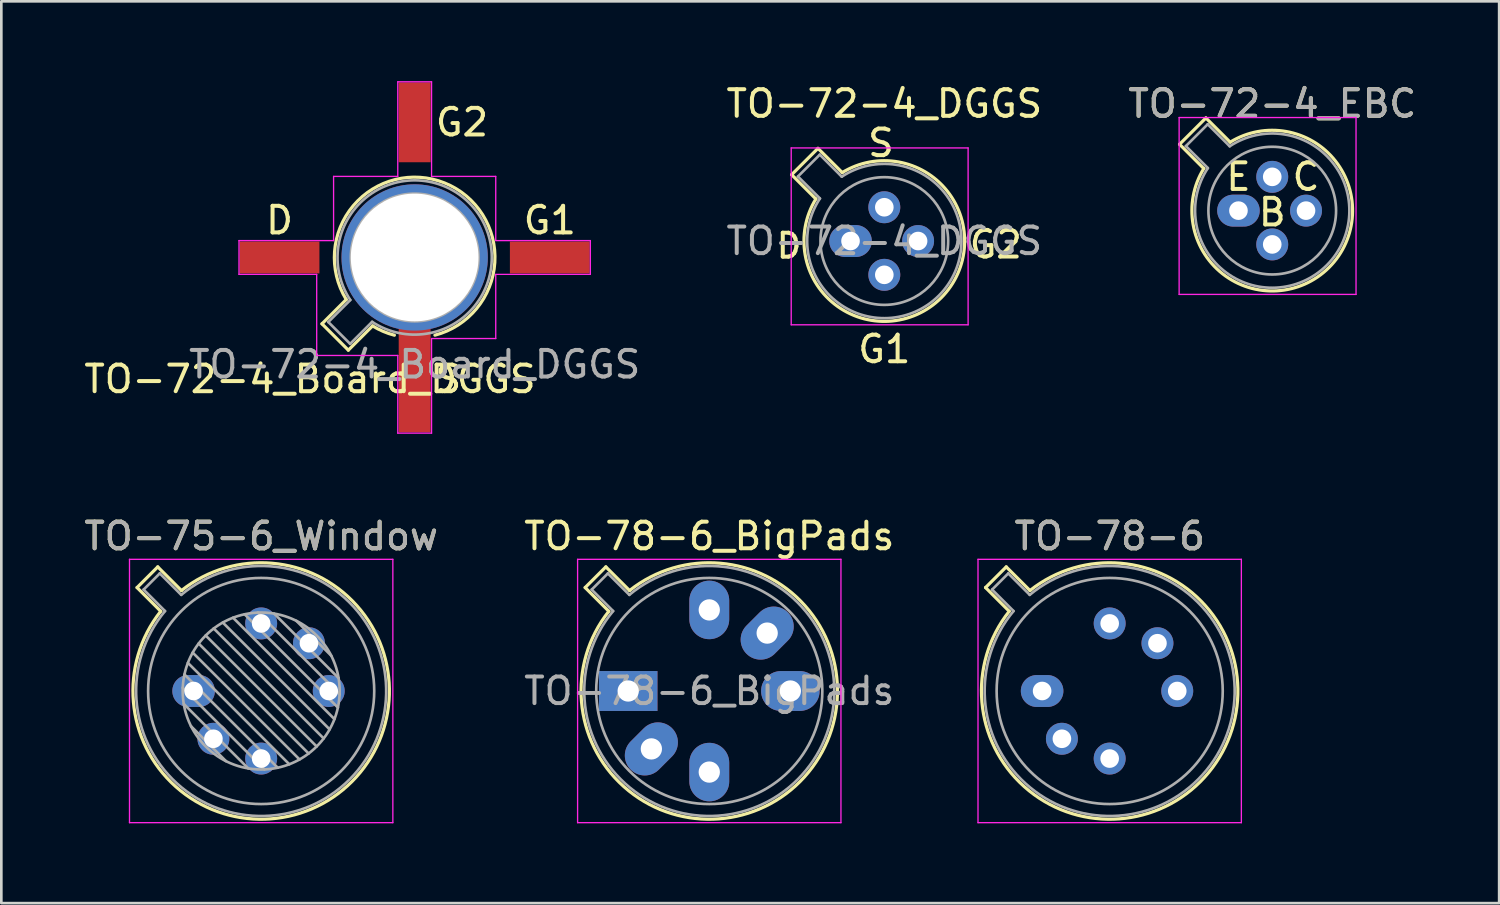
<source format=kicad_pcb>
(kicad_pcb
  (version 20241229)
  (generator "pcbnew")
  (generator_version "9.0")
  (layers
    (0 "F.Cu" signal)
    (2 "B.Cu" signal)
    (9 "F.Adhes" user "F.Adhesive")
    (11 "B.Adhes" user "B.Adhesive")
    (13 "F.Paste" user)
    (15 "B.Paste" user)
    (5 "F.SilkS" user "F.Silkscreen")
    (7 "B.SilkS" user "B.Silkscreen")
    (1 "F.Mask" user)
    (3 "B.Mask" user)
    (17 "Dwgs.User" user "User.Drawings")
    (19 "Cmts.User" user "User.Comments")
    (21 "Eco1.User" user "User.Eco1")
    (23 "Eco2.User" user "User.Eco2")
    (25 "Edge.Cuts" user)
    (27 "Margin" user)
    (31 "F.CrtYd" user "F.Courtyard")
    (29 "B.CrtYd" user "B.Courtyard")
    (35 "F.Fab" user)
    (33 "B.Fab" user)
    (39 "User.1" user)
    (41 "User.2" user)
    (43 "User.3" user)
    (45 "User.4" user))
  (footprint "TO-72-4_EBC"
    (layer "F.Cu")
    (at 43.506 4.868)
    (property "Reference" "TO-72-4_EBC" (at 1.27 -4.02 0) (layer "F.SilkS") (effects (font (size 1 1) (thickness 0.15))))
    (attr through_hole)
    (fp_line (start -2.214 -2.494) (end -1.302 -1.582) (stroke (width 0.12) (type solid)) (layer "F.SilkS"))
    (fp_line (start -1.224 -3.484) (end -2.214 -2.494) (stroke (width 0.12) (type solid)) (layer "F.SilkS"))
    (fp_line (start -0.312 -2.572) (end -1.224 -3.484) (stroke (width 0.12) (type solid)) (layer "F.SilkS"))
    (fp_arc (start -0.312331 -2.572281) (mid 3.405374 2.135551) (end -1.30215 -1.582544) (stroke (width 0.12) (type solid)) (layer "F.SilkS"))
    (fp_line (start -2.23 -3.5) (end -2.23 3.15) (stroke (width 0.05) (type solid)) (layer "F.CrtYd"))
    (fp_line (start -2.23 3.15) (end 4.42 3.15) (stroke (width 0.05) (type solid)) (layer "F.CrtYd"))
    (fp_line (start 4.42 -3.5) (end -2.23 -3.5) (stroke (width 0.05) (type solid)) (layer "F.CrtYd"))
    (fp_line (start 4.42 3.15) (end 4.42 -3.5) (stroke (width 0.05) (type solid)) (layer "F.CrtYd"))
    (fp_line (start -1.977 -2.426) (end -1.149 -1.599) (stroke (width 0.1) (type solid)) (layer "F.Fab"))
    (fp_line (start -1.156 -3.247) (end -1.977 -2.426) (stroke (width 0.1) (type solid)) (layer "F.Fab"))
    (fp_line (start -0.329 -2.419) (end -1.156 -3.247) (stroke (width 0.1) (type solid)) (layer "F.Fab"))
    (fp_arc (start -0.329057 -2.419301) (mid 3.321076 2.050143) (end -1.150029 -1.597956) (stroke (width 0.1) (type solid)) (layer "F.Fab"))
    (fp_circle (center 1.27 0) (end 3.67 0) (stroke (width 0.1) (type solid)) (fill no) (layer "F.Fab"))
    (fp_text user "B" (at 1.27 0.064 0) (layer "F.SilkS") (effects (font (size 1 1) (thickness 0.15))))
    (fp_text user "E" (at 0 -1.27 0) (layer "F.SilkS") (effects (font (size 1 1) (thickness 0.15))))
    (fp_text user "C" (at 2.54 -1.27 0) (layer "F.SilkS") (effects (font (size 1 1) (thickness 0.15))))
    (fp_text user "${REFERENCE}" (at 1.27 -4.02 0) (layer "F.Fab") (effects (font (size 1 1) (thickness 0.15))))
    (pad "1" thru_hole oval (at 0 0) (size 1.6 1.2) (drill 0.7) (layers "*.Cu" "*.Mask"))
    (pad "2" thru_hole oval (at 1.27 1.27) (size 1.2 1.2) (drill 0.7) (layers "*.Cu" "*.Mask"))
    (pad "3" thru_hole oval (at 2.54 0) (size 1.2 1.2) (drill 0.7) (layers "*.Cu" "*.Mask"))
    (pad "4" thru_hole oval (at 1.27 -1.27) (size 1.2 1.2) (drill 0.7) (layers "*.Cu" "*.Mask")))
  (footprint "TO-78-6_BigPads"
    (layer "F.Cu")
    (at 20.565 22.926)
    (property "Reference" "TO-78-6_BigPads" (at 3.048 -5.82 0) (layer "F.SilkS") (effects (font (size 1 1) (thickness 0.15))))
    (attr through_hole)
    (fp_line (start -1.618 -3.888) (end -0.727 -2.997) (stroke (width 0.12) (type solid)) (layer "F.SilkS"))
    (fp_line (start -0.84 -4.666) (end -1.618 -3.888) (stroke (width 0.12) (type solid)) (layer "F.SilkS"))
    (fp_line (start 0.051 -3.775) (end -0.84 -4.666) (stroke (width 0.12) (type solid)) (layer "F.SilkS"))
    (fp_arc (start 0.050916 -3.774902) (mid 6.456125 3.408384) (end -0.726674 -2.997371) (stroke (width 0.12) (type solid)) (layer "F.SilkS"))
    (fp_line (start -1.902 -4.95) (end -1.902 4.95) (stroke (width 0.05) (type solid)) (layer "F.CrtYd"))
    (fp_line (start -1.902 4.95) (end 7.998 4.95) (stroke (width 0.05) (type solid)) (layer "F.CrtYd"))
    (fp_line (start 7.998 -4.95) (end -1.902 -4.95) (stroke (width 0.05) (type solid)) (layer "F.CrtYd"))
    (fp_line (start 7.998 4.95) (end 7.998 -4.95) (stroke (width 0.05) (type solid)) (layer "F.CrtYd"))
    (fp_line (start -1.372 -3.812) (end -0.566 -3.005) (stroke (width 0.1) (type solid)) (layer "F.Fab"))
    (fp_line (start -0.764 -4.42) (end -1.372 -3.812) (stroke (width 0.1) (type solid)) (layer "F.Fab"))
    (fp_line (start 0.043 -3.614) (end -0.764 -4.42) (stroke (width 0.1) (type solid)) (layer "F.Fab"))
    (fp_arc (start 0.042592 -3.61352) (mid 6.371443 3.323361) (end -0.565594 -3.005319) (stroke (width 0.1) (type solid)) (layer "F.Fab"))
    (fp_circle (center 3.048 0) (end 7.298 0) (stroke (width 0.1) (type solid)) (fill no) (layer "F.Fab"))
    (fp_text user "${REFERENCE}" (at 3.048 0 0) (layer "F.Fab") (effects (font (size 1 1) (thickness 0.15))))
    (pad "1" thru_hole rect (at 0 0) (size 2.2 1.5) (drill 0.8) (layers "*.Cu" "*.Mask"))
    (pad "2" thru_hole oval (at 0.871 2.177 45) (size 2.2 1.5) (drill 0.8) (layers "*.Cu" "*.Mask"))
    (pad "3" thru_hole oval (at 3.048 3.048) (size 1.5 2.2) (drill 0.8) (layers "*.Cu" "*.Mask"))
    (pad "4" thru_hole oval (at 6.096 0) (size 2.2 1.5) (drill 0.8) (layers "*.Cu" "*.Mask"))
    (pad "5" thru_hole oval (at 5.225 -2.177 45) (size 2.2 1.5) (drill 0.8) (layers "*.Cu" "*.Mask"))
    (pad "6" thru_hole oval (at 3.048 -3.048) (size 1.5 2.2) (drill 0.8) (layers "*.Cu" "*.Mask")))
  (footprint "TO-72-4_DGGS"
    (layer "F.Cu")
    (at 28.923 6.011)
    (property "Reference" "TO-72-4_DGGS" (at 1.27 -5.163 0) (layer "F.SilkS") (effects (font (size 1 1) (thickness 0.15))))
    (fp_line (start -2.214 -2.494) (end -1.302 -1.582) (stroke (width 0.12) (type solid)) (layer "F.SilkS"))
    (fp_line (start -1.224 -3.484) (end -2.214 -2.494) (stroke (width 0.12) (type solid)) (layer "F.SilkS"))
    (fp_line (start -0.312 -2.572) (end -1.224 -3.484) (stroke (width 0.12) (type solid)) (layer "F.SilkS"))
    (fp_arc (start -0.312331 -2.572281) (mid 3.405374 2.135551) (end -1.30215 -1.582544) (stroke (width 0.12) (type solid)) (layer "F.SilkS"))
    (fp_line (start -2.23 -3.5) (end -2.23 3.15) (stroke (width 0.05) (type solid)) (layer "F.CrtYd"))
    (fp_line (start -2.23 3.15) (end 4.42 3.15) (stroke (width 0.05) (type solid)) (layer "F.CrtYd"))
    (fp_line (start 4.42 -3.5) (end -2.23 -3.5) (stroke (width 0.05) (type solid)) (layer "F.CrtYd"))
    (fp_line (start 4.42 3.15) (end 4.42 -3.5) (stroke (width 0.05) (type solid)) (layer "F.CrtYd"))
    (fp_line (start -1.977 -2.426) (end -1.149 -1.599) (stroke (width 0.1) (type solid)) (layer "F.Fab"))
    (fp_line (start -1.156 -3.247) (end -1.977 -2.426) (stroke (width 0.1) (type solid)) (layer "F.Fab"))
    (fp_line (start -0.329 -2.419) (end -1.156 -3.247) (stroke (width 0.1) (type solid)) (layer "F.Fab"))
    (fp_arc (start -0.329057 -2.419301) (mid 3.321075 2.050145) (end -1.150029 -1.597956) (stroke (width 0.1) (type solid)) (layer "F.Fab"))
    (fp_circle (center 1.27 0) (end 3.67 0) (stroke (width 0.1) (type solid)) (fill no) (layer "F.Fab"))
    (fp_text user "D" (at -2.311 0.178 0) (unlocked yes) (layer "F.SilkS") (effects (font (size 0.9 0.9) (thickness 0.15))))
    (fp_text user "G2" (at 5.461 0.127 0) (unlocked yes) (layer "F.SilkS") (effects (font (size 1 1) (thickness 0.15))))
    (fp_text user "S" (at 1.143 -3.683 0) (unlocked yes) (layer "F.SilkS") (effects (font (size 1 1) (thickness 0.15))))
    (fp_text user "G1" (at 1.27 4.064 0) (unlocked yes) (layer "F.SilkS") (effects (font (size 1 1) (thickness 0.15))))
    (fp_text user "${REFERENCE}" (at 1.27 0.000001 0) (layer "F.Fab") (effects (font (size 1 1) (thickness 0.15))))
    (pad "1" thru_hole oval (at 0 0) (size 1.6 1.2) (drill 0.7) (layers "*.Cu" "*.Mask"))
    (pad "2" thru_hole oval (at 1.27 1.27) (size 1.2 1.2) (drill 0.7) (layers "*.Cu" "*.Mask"))
    (pad "3" thru_hole oval (at 2.54 0) (size 1.2 1.2) (drill 0.7) (layers "*.Cu" "*.Mask"))
    (pad "4" thru_hole oval (at 1.27 -1.27) (size 1.2 1.2) (drill 0.7) (layers "*.Cu" "*.Mask")))
  (footprint "TO-72-4_Board_DGGS"
    (layer "F.Cu")
    (at 11.268 6.629)
    (property "Reference" "TO-72-4_Board_DGGS" (at -2.667 4.572 0) (layer "F.SilkS") (effects (font (size 1 1) (thickness 0.15))))
    (attr through_hole)
    (fp_line (start -2.214 2.494) (end -1.302 1.582) (stroke (width 0.12) (type solid)) (layer "F.SilkS"))
    (fp_line (start -1.224 3.484) (end -2.214 2.494) (stroke (width 0.12) (type solid)) (layer "F.SilkS"))
    (fp_line (start -0.312 2.572) (end -1.224 3.484) (stroke (width 0.12) (type solid)) (layer "F.SilkS"))
    (fp_arc (start -1.30109 1.581891) (mid 2.395391 -2.801139) (end 2.032 2.921) (stroke (width 0.12) (type solid)) (layer "F.SilkS"))
    (fp_arc (start 0.507681 2.922203) (mid 0.084691 2.777669) (end -0.312331 2.572281) (stroke (width 0.12) (type solid)) (layer "F.SilkS"))
    (fp_line (start -5.334 -0.635) (end -1.778 -0.635) (stroke (width 0.05) (type solid)) (layer "F.CrtYd"))
    (fp_line (start -5.334 0.635) (end -5.334 -0.635) (stroke (width 0.05) (type solid)) (layer "F.CrtYd"))
    (fp_line (start -2.413 0.635) (end -5.334 0.635) (stroke (width 0.05) (type solid)) (layer "F.CrtYd"))
    (fp_line (start -2.413 3.683) (end -2.413 0.635) (stroke (width 0.05) (type solid)) (layer "F.CrtYd"))
    (fp_line (start -1.778 -3.048) (end 0.635 -3.048) (stroke (width 0.05) (type solid)) (layer "F.CrtYd"))
    (fp_line (start -1.778 -0.635) (end -1.778 -3.048) (stroke (width 0.05) (type solid)) (layer "F.CrtYd"))
    (fp_line (start 0.635 -6.604) (end 1.905 -6.604) (stroke (width 0.05) (type solid)) (layer "F.CrtYd"))
    (fp_line (start 0.635 -3.048) (end 0.635 -6.604) (stroke (width 0.05) (type solid)) (layer "F.CrtYd"))
    (fp_line (start 0.635 3.683) (end -2.413 3.683) (stroke (width 0.05) (type solid)) (layer "F.CrtYd"))
    (fp_line (start 0.635 6.604) (end 0.635 3.683) (stroke (width 0.05) (type solid)) (layer "F.CrtYd"))
    (fp_line (start 1.905 -6.604) (end 1.905 -3.048) (stroke (width 0.05) (type solid)) (layer "F.CrtYd"))
    (fp_line (start 1.905 -3.048) (end 4.318 -3.048) (stroke (width 0.05) (type solid)) (layer "F.CrtYd"))
    (fp_line (start 1.905 3.048) (end 1.905 6.604) (stroke (width 0.05) (type solid)) (layer "F.CrtYd"))
    (fp_line (start 1.905 6.604) (end 0.635 6.604) (stroke (width 0.05) (type solid)) (layer "F.CrtYd"))
    (fp_line (start 4.318 -3.048) (end 4.318 -0.635) (stroke (width 0.05) (type solid)) (layer "F.CrtYd"))
    (fp_line (start 4.318 -0.635) (end 7.874 -0.635) (stroke (width 0.05) (type solid)) (layer "F.CrtYd"))
    (fp_line (start 4.318 0.635) (end 4.318 3.048) (stroke (width 0.05) (type solid)) (layer "F.CrtYd"))
    (fp_line (start 4.318 3.048) (end 1.905 3.048) (stroke (width 0.05) (type solid)) (layer "F.CrtYd"))
    (fp_line (start 7.874 -0.635) (end 7.874 0.635) (stroke (width 0.05) (type solid)) (layer "F.CrtYd"))
    (fp_line (start 7.874 0.635) (end 4.318 0.635) (stroke (width 0.05) (type solid)) (layer "F.CrtYd"))
    (fp_line (start -1.977 2.426) (end -1.149 1.599) (stroke (width 0.1) (type solid)) (layer "F.Fab"))
    (fp_line (start -1.156 3.247) (end -1.977 2.426) (stroke (width 0.1) (type solid)) (layer "F.Fab"))
    (fp_line (start -0.329 2.419) (end -1.156 3.247) (stroke (width 0.1) (type solid)) (layer "F.Fab"))
    (fp_arc (start -1.150029 1.597956) (mid 3.321077 -2.050143) (end -0.329057 2.419301) (stroke (width 0.1) (type solid)) (layer "F.Fab"))
    (fp_circle (center 1.27 0) (end 3.67 0) (stroke (width 0.1) (type solid)) (fill no) (layer "F.Fab"))
    (fp_text user "G2" (at 3.048 -5.08 0) (layer "F.SilkS") (effects (font (size 1 1) (thickness 0.15))))
    (fp_text user "D" (at -3.81 -1.397 0) (layer "F.SilkS") (effects (font (size 1 1) (thickness 0.15))))
    (fp_text user "G1" (at 6.35 -1.397 0) (layer "F.SilkS") (effects (font (size 1 1) (thickness 0.15))))
    (fp_text user "S" (at 2.54 4.572 0) (layer "F.SilkS") (effects (font (size 1 1) (thickness 0.15))))
    (fp_text user "${REFERENCE}" (at 1.27 4.02 0) (layer "F.Fab") (effects (font (size 1 1) (thickness 0.15))))
    (pad "1" smd rect (at -3.81 0) (size 3 1.2) (layers "F.Cu" "F.Mask" "F.Paste"))
    (pad "2" smd rect (at 1.27 -5.08) (size 1.2 3) (layers "F.Cu" "F.Mask" "F.Paste"))
    (pad "3" smd rect (at 6.35 0) (size 3 1.2) (layers "F.Cu" "F.Mask" "F.Paste"))
    (pad "4" thru_hole circle (at 1.27 0) (size 5.5 5.5) (drill 4.8) (layers "*.Cu" "*.Mask"))
    (pad "4" smd rect (at 1.27 4.572) (size 1.2 4) (layers "F.Cu" "F.Mask" "F.Paste")))
  (footprint "TO-78-6"
    (layer "F.Cu")
    (at 36.125 22.926)
    (property "Reference" "TO-78-6" (at 2.54 -5.82 0) (layer "F.SilkS") (effects (font (size 1 1) (thickness 0.15))))
    (attr through_hole)
    (fp_line (start -2.126 -3.888) (end -1.235 -2.997) (stroke (width 0.12) (type solid)) (layer "F.SilkS"))
    (fp_line (start -1.348 -4.666) (end -2.126 -3.888) (stroke (width 0.12) (type solid)) (layer "F.SilkS"))
    (fp_line (start -0.457 -3.775) (end -1.348 -4.666) (stroke (width 0.12) (type solid)) (layer "F.SilkS"))
    (fp_arc (start -0.457084 -3.774902) (mid 5.948125 3.408384) (end -1.234674 -2.997371) (stroke (width 0.12) (type solid)) (layer "F.SilkS"))
    (fp_line (start -2.41 -4.95) (end -2.41 4.95) (stroke (width 0.05) (type solid)) (layer "F.CrtYd"))
    (fp_line (start -2.41 4.95) (end 7.49 4.95) (stroke (width 0.05) (type solid)) (layer "F.CrtYd"))
    (fp_line (start 7.49 -4.95) (end -2.41 -4.95) (stroke (width 0.05) (type solid)) (layer "F.CrtYd"))
    (fp_line (start 7.49 4.95) (end 7.49 -4.95) (stroke (width 0.05) (type solid)) (layer "F.CrtYd"))
    (fp_line (start -1.88 -3.812) (end -1.074 -3.005) (stroke (width 0.1) (type solid)) (layer "F.Fab"))
    (fp_line (start -1.272 -4.42) (end -1.88 -3.812) (stroke (width 0.1) (type solid)) (layer "F.Fab"))
    (fp_line (start -0.465 -3.614) (end -1.272 -4.42) (stroke (width 0.1) (type solid)) (layer "F.Fab"))
    (fp_arc (start -0.465408 -3.61352) (mid 5.863443 3.323361) (end -1.073594 -3.005319) (stroke (width 0.1) (type solid)) (layer "F.Fab"))
    (fp_circle (center 2.54 0) (end 6.79 0) (stroke (width 0.1) (type solid)) (fill no) (layer "F.Fab"))
    (fp_text user "${REFERENCE}" (at 2.54 -5.82 0) (layer "F.Fab") (effects (font (size 1 1) (thickness 0.15))))
    (pad "1" thru_hole oval (at 0 0) (size 1.6 1.2) (drill 0.7) (layers "*.Cu" "*.Mask"))
    (pad "2" thru_hole oval (at 0.744 1.796) (size 1.2 1.2) (drill 0.7) (layers "*.Cu" "*.Mask"))
    (pad "3" thru_hole oval (at 2.54 2.54) (size 1.2 1.2) (drill 0.7) (layers "*.Cu" "*.Mask"))
    (pad "4" thru_hole oval (at 5.08 0) (size 1.2 1.2) (drill 0.7) (layers "*.Cu" "*.Mask"))
    (pad "5" thru_hole oval (at 4.336 -1.796) (size 1.2 1.2) (drill 0.7) (layers "*.Cu" "*.Mask"))
    (pad "6" thru_hole oval (at 2.54 -2.54) (size 1.2 1.2) (drill 0.7) (layers "*.Cu" "*.Mask")))
  (footprint "TO-75-6_Window"
    (layer "F.Cu")
    (at 4.228 22.926)
    (property "Reference" "TO-75-6_Window" (at 2.54 -5.82 0) (layer "F.SilkS") (effects (font (size 1 1) (thickness 0.15))))
    (attr through_hole)
    (fp_line (start -2.126 -3.888) (end -1.235 -2.997) (stroke (width 0.12) (type solid)) (layer "F.SilkS"))
    (fp_line (start -1.348 -4.666) (end -2.126 -3.888) (stroke (width 0.12) (type solid)) (layer "F.SilkS"))
    (fp_line (start -0.457 -3.775) (end -1.348 -4.666) (stroke (width 0.12) (type solid)) (layer "F.SilkS"))
    (fp_arc (start -0.457084 -3.774902) (mid 5.948125 3.408384) (end -1.234674 -2.997371) (stroke (width 0.12) (type solid)) (layer "F.SilkS"))
    (fp_line (start -2.41 -4.95) (end -2.41 4.95) (stroke (width 0.05) (type solid)) (layer "F.CrtYd"))
    (fp_line (start -2.41 4.95) (end 7.49 4.95) (stroke (width 0.05) (type solid)) (layer "F.CrtYd"))
    (fp_line (start 7.49 -4.95) (end -2.41 -4.95) (stroke (width 0.05) (type solid)) (layer "F.CrtYd"))
    (fp_line (start 7.49 4.95) (end 7.49 -4.95) (stroke (width 0.05) (type solid)) (layer "F.CrtYd"))
    (fp_line (start -1.88 -3.812) (end -1.074 -3.005) (stroke (width 0.1) (type solid)) (layer "F.Fab"))
    (fp_line (start -1.272 -4.42) (end -1.88 -3.812) (stroke (width 0.1) (type solid)) (layer "F.Fab"))
    (fp_line (start -0.465 -3.614) (end -1.272 -4.42) (stroke (width 0.1) (type solid)) (layer "F.Fab"))
    (fp_line (start -0.408 -0.12) (end 2.66 2.948) (stroke (width 0.1) (type solid)) (layer "F.Fab"))
    (fp_line (start -0.371 0.485) (end 2.055 2.911) (stroke (width 0.1) (type solid)) (layer "F.Fab"))
    (fp_line (start -0.344 -0.622) (end 3.162 2.884) (stroke (width 0.1) (type solid)) (layer "F.Fab"))
    (fp_line (start -0.215 -1.058) (end 3.598 2.755) (stroke (width 0.1) (type solid)) (layer "F.Fab"))
    (fp_line (start -0.097 1.324) (end 1.216 2.637) (stroke (width 0.1) (type solid)) (layer "F.Fab"))
    (fp_line (start -0.034 -1.443) (end 3.983 2.574) (stroke (width 0.1) (type solid)) (layer "F.Fab"))
    (fp_line (start 0.19 -1.784) (end 4.324 2.35) (stroke (width 0.1) (type solid)) (layer "F.Fab"))
    (fp_line (start 0.454 -2.086) (end 4.626 2.086) (stroke (width 0.1) (type solid)) (layer "F.Fab"))
    (fp_line (start 0.756 -2.35) (end 4.89 1.784) (stroke (width 0.1) (type solid)) (layer "F.Fab"))
    (fp_line (start 1.097 -2.574) (end 5.114 1.443) (stroke (width 0.1) (type solid)) (layer "F.Fab"))
    (fp_line (start 1.482 -2.755) (end 5.295 1.058) (stroke (width 0.1) (type solid)) (layer "F.Fab"))
    (fp_line (start 1.918 -2.884) (end 5.424 0.622) (stroke (width 0.1) (type solid)) (layer "F.Fab"))
    (fp_line (start 2.42 -2.948) (end 5.488 0.12) (stroke (width 0.1) (type solid)) (layer "F.Fab"))
    (fp_line (start 3.025 -2.911) (end 5.451 -0.485) (stroke (width 0.1) (type solid)) (layer "F.Fab"))
    (fp_line (start 3.864 -2.637) (end 5.177 -1.324) (stroke (width 0.1) (type solid)) (layer "F.Fab"))
    (fp_arc (start -0.465408 -3.61352) (mid 5.863443 3.323361) (end -1.073594 -3.005319) (stroke (width 0.1) (type solid)) (layer "F.Fab"))
    (fp_circle (center 2.54 0) (end 5.49 0) (stroke (width 0.1) (type solid)) (fill no) (layer "F.Fab"))
    (fp_circle (center 2.54 0) (end 6.79 0) (stroke (width 0.1) (type solid)) (fill no) (layer "F.Fab"))
    (fp_text user "${REFERENCE}" (at 2.54 -5.82 0) (layer "F.Fab") (effects (font (size 1 1) (thickness 0.15))))
    (pad "1" thru_hole oval (at 0 0) (size 1.6 1.2) (drill 0.7) (layers "*.Cu" "*.Mask"))
    (pad "2" thru_hole oval (at 0.744 1.796) (size 1.2 1.2) (drill 0.7) (layers "*.Cu" "*.Mask"))
    (pad "3" thru_hole oval (at 2.54 2.54) (size 1.2 1.2) (drill 0.7) (layers "*.Cu" "*.Mask"))
    (pad "4" thru_hole oval (at 5.08 0) (size 1.2 1.2) (drill 0.7) (layers "*.Cu" "*.Mask"))
    (pad "5" thru_hole oval (at 4.336 -1.796) (size 1.2 1.2) (drill 0.7) (layers "*.Cu" "*.Mask"))
    (pad "6" thru_hole oval (at 2.54 -2.54) (size 1.2 1.2) (drill 0.7) (layers "*.Cu" "*.Mask")))
  (gr_rect
    (start -3 -3)
    (end 53.306 30.901)
    (stroke (width 0.1) (type default))
    (fill no)
    (layer "Edge.Cuts")))
</source>
